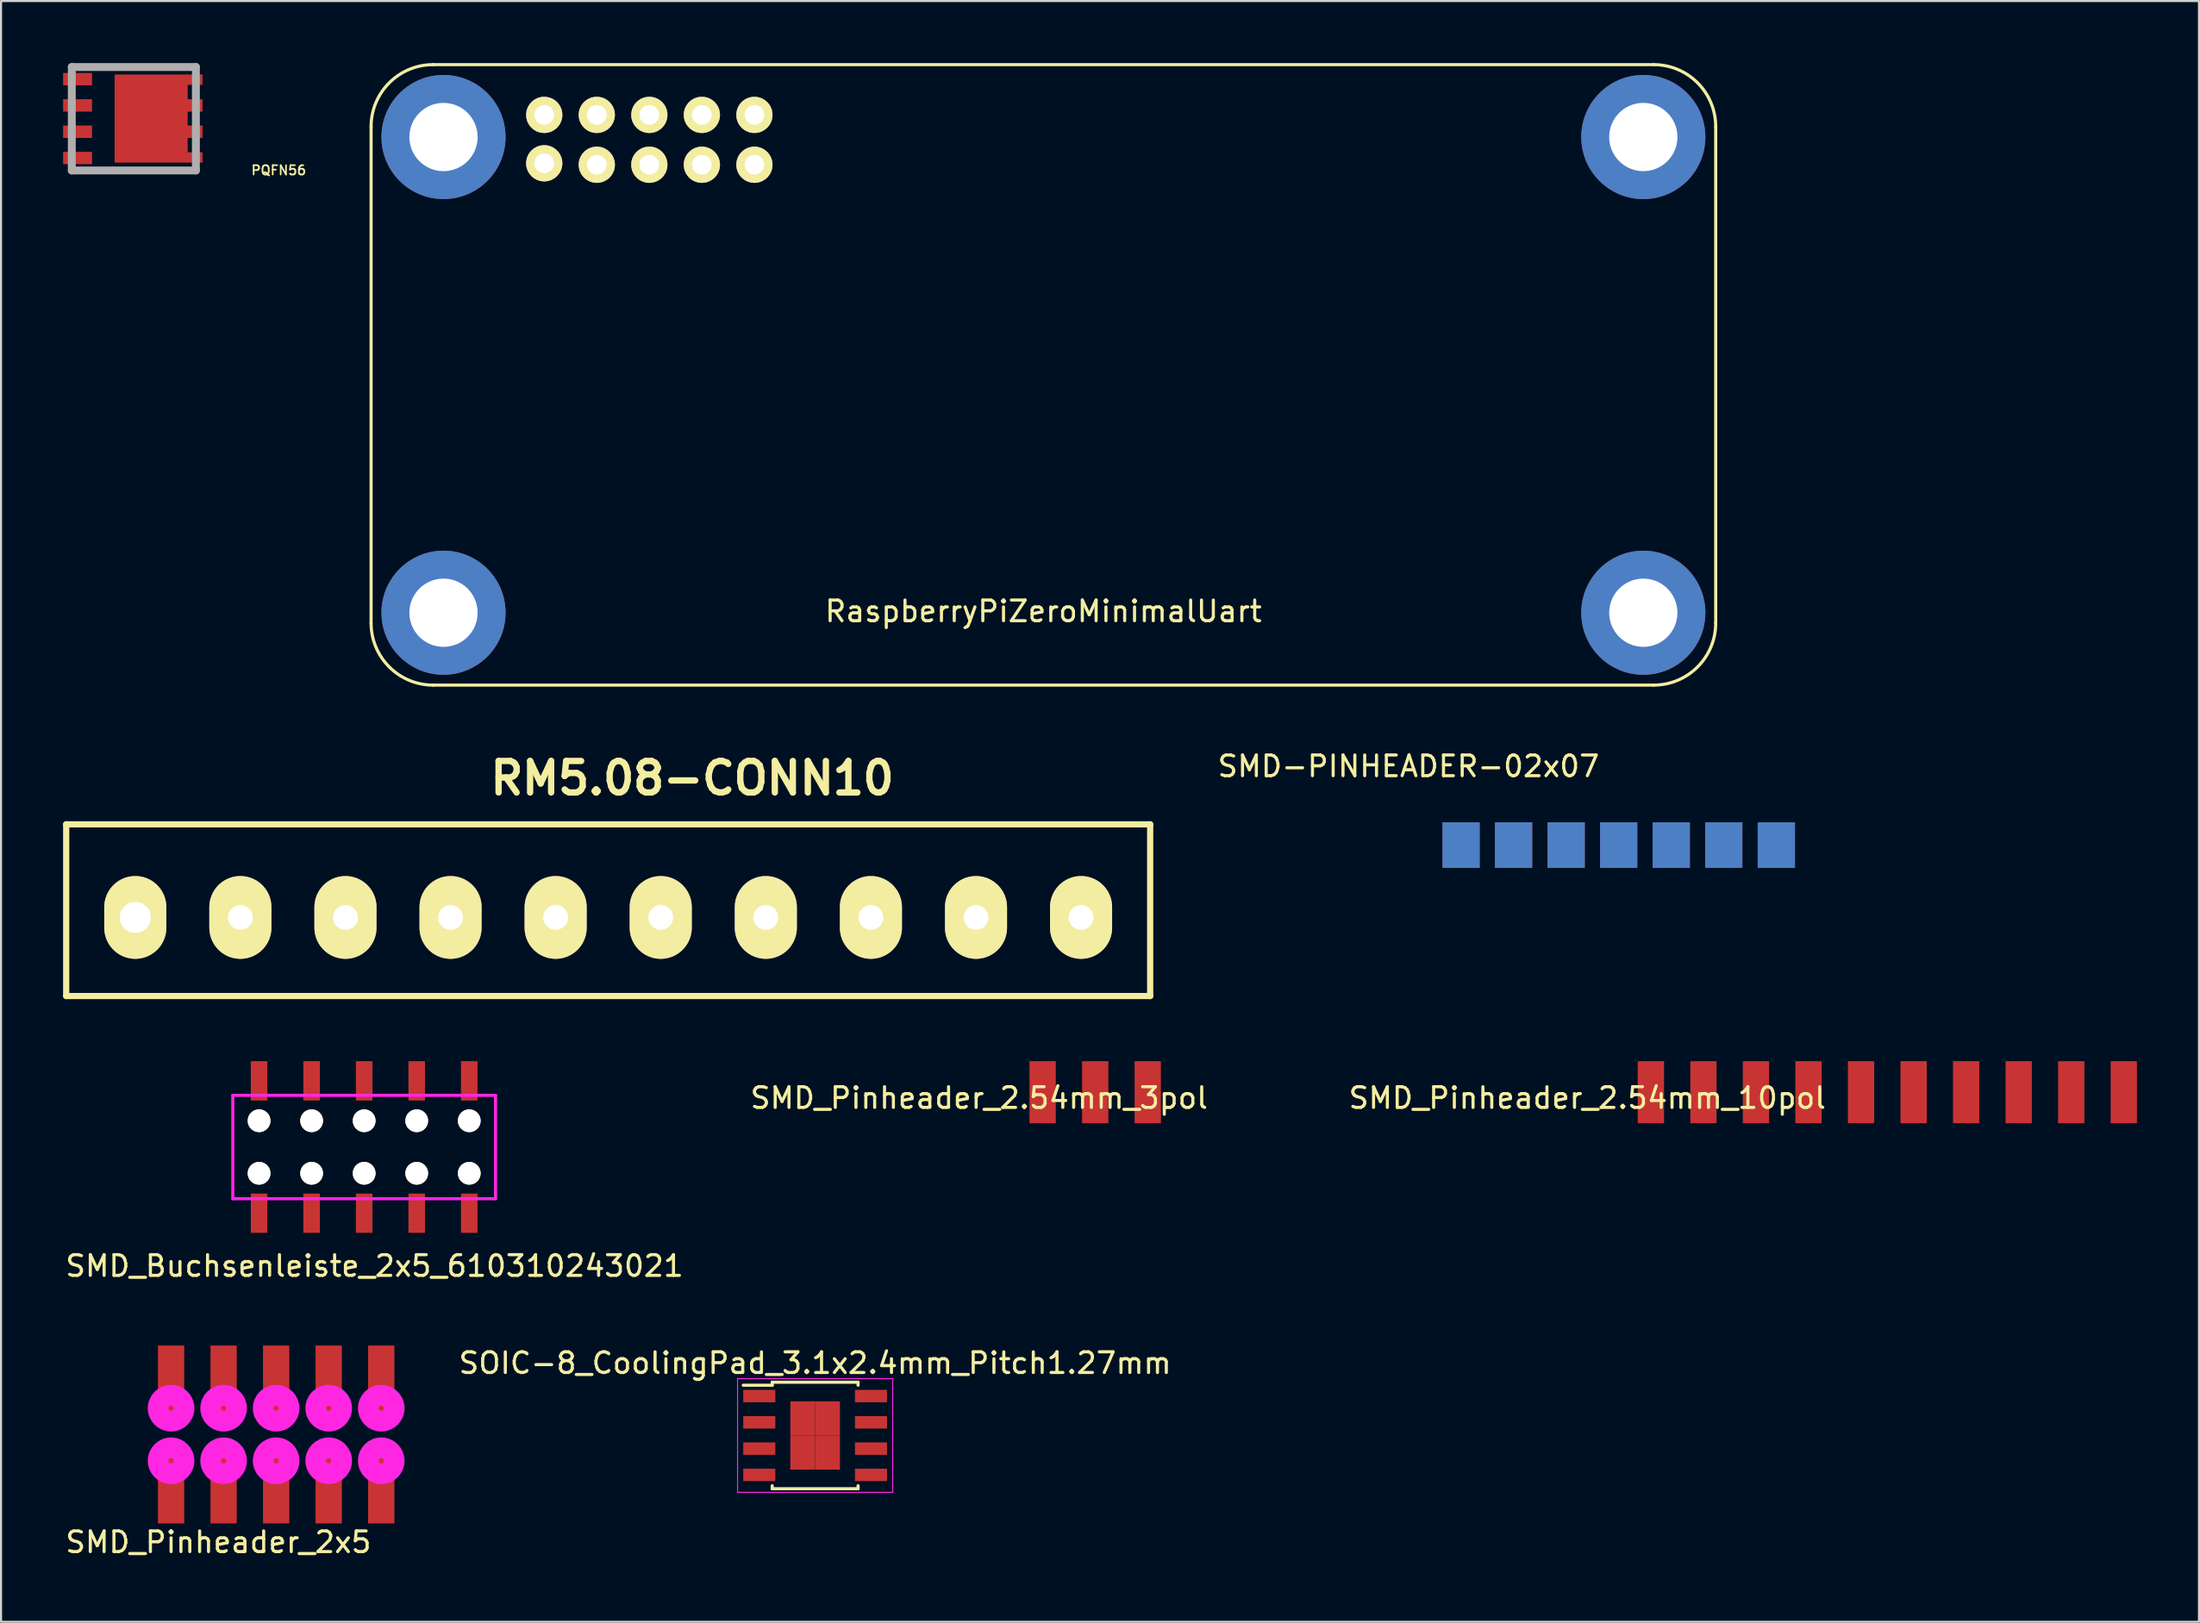
<source format=kicad_pcb>
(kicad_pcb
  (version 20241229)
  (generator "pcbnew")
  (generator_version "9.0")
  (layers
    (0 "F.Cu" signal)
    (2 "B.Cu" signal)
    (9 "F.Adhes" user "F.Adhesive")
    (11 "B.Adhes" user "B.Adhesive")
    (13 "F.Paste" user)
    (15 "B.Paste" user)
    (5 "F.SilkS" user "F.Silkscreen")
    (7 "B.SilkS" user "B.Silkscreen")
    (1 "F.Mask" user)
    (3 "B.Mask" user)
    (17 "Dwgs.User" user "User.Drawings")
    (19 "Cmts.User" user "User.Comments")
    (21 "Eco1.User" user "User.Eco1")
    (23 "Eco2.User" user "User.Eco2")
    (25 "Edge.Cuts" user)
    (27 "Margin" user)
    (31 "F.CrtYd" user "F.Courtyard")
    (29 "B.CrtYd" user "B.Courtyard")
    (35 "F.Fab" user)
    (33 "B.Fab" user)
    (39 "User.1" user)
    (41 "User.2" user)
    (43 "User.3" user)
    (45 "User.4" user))
  (footprint "SMD_Pinheader_2x5"
    (layer "F.Cu")
    (at 10.3 66.306)
    (property "Reference" "SMD_Pinheader_2x5" (at -2.794 5.207 0) (layer "F.SilkS") (effects (font (size 1 1) (thickness 0.15))))
    (attr through_hole)
    (fp_circle (center -5.08 -1.27) (end -4.953 -1.27) (stroke (width 1) (type solid)) (fill no) (layer "F.CrtYd"))
    (fp_circle (center -5.08 1.27) (end -4.953 1.27) (stroke (width 1) (type solid)) (fill no) (layer "F.CrtYd"))
    (fp_circle (center -2.54 -1.27) (end -2.413 -1.27) (stroke (width 1) (type solid)) (fill no) (layer "F.CrtYd"))
    (fp_circle (center -2.54 1.27) (end -2.54 1.397) (stroke (width 1) (type solid)) (fill no) (layer "F.CrtYd"))
    (fp_circle (center 0 -1.27) (end 0.127 -1.27) (stroke (width 1) (type solid)) (fill no) (layer "F.CrtYd"))
    (fp_circle (center 0 1.27) (end 0.127 1.27) (stroke (width 1) (type solid)) (fill no) (layer "F.CrtYd"))
    (fp_circle (center 2.54 -1.27) (end 2.667 -1.27) (stroke (width 1) (type solid)) (fill no) (layer "F.CrtYd"))
    (fp_circle (center 2.54 1.27) (end 2.413 1.27) (stroke (width 1) (type solid)) (fill no) (layer "F.CrtYd"))
    (fp_circle (center 5.08 -1.27) (end 5.207 -1.27) (stroke (width 1) (type solid)) (fill no) (layer "F.CrtYd"))
    (fp_circle (center 5.08 1.27) (end 4.953 1.27) (stroke (width 1) (type solid)) (fill no) (layer "F.CrtYd"))
    (pad "1" smd rect (at -5.08 2.625) (size 1.27 3.35) (layers "F.Cu" "F.Mask" "F.Paste"))
    (pad "2" smd rect (at -5.08 -2.625) (size 1.27 3.35) (layers "F.Cu" "F.Mask" "F.Paste"))
    (pad "3" smd rect (at -2.54 2.625) (size 1.27 3.35) (layers "F.Cu" "F.Mask" "F.Paste"))
    (pad "4" smd rect (at -2.54 -2.625) (size 1.27 3.35) (layers "F.Cu" "F.Mask" "F.Paste"))
    (pad "5" smd rect (at 0 2.625) (size 1.27 3.35) (layers "F.Cu" "F.Mask" "F.Paste"))
    (pad "6" smd rect (at 0 -2.625) (size 1.27 3.35) (layers "F.Cu" "F.Mask" "F.Paste"))
    (pad "7" smd rect (at 2.54 2.625) (size 1.27 3.35) (layers "F.Cu" "F.Mask" "F.Paste"))
    (pad "8" smd rect (at 2.54 -2.625) (size 1.27 3.35) (layers "F.Cu" "F.Mask" "F.Paste"))
    (pad "9" smd rect (at 5.08 2.625) (size 1.27 3.35) (layers "F.Cu" "F.Mask" "F.Paste"))
    (pad "10" smd rect (at 5.08 -2.625) (size 1.27 3.35) (layers "F.Cu" "F.Mask" "F.Paste")))
  (footprint "PQFN56"
    (layer "F.Cu")
    (at 3.4 2.682)
    (property "Reference" "PQFN56" (at 7.022 2.501 180) (layer "F.SilkS") (effects (font (size 0.45 0.45) (thickness 0.08))))
    (attr smd)
    (fp_line (start -2.979 -2.492) (end 3.02 -2.492) (stroke (width 0.381) (type solid)) (layer "F.Fab"))
    (fp_line (start -2.979 2.51) (end -2.979 -2.492) (stroke (width 0.381) (type solid)) (layer "F.Fab"))
    (fp_line (start 3.02 -2.492) (end 3.02 2.51) (stroke (width 0.381) (type solid)) (layer "F.Fab"))
    (fp_line (start 3.02 2.51) (end -2.979 2.51) (stroke (width 0.381) (type solid)) (layer "F.Fab"))
    (pad "1" smd rect (at -2.7 -1.905) (size 1.4 0.599) (layers "F.Cu" "F.Mask" "F.Paste"))
    (pad "2" smd rect (at -2.7 -0.635) (size 1.4 0.599) (layers "F.Cu" "F.Mask" "F.Paste"))
    (pad "3" smd rect (at -2.7 0.635) (size 1.4 0.599) (layers "F.Cu" "F.Mask" "F.Paste"))
    (pad "4" smd rect (at -2.7 1.905) (size 1.4 0.599) (layers "F.Cu" "F.Mask" "F.Paste"))
    (pad "5" smd rect (at 2.939 1.88) (size 0.8 0.5) (layers "F.Cu" "F.Mask" "F.Paste"))
    (pad "6" smd rect (at 2.939 0.635) (size 0.8 0.599) (layers "F.Cu" "F.Mask" "F.Paste"))
    (pad "7" smd rect (at 2.939 -0.635) (size 0.8 0.599) (layers "F.Cu" "F.Mask" "F.Paste"))
    (pad "8" smd rect (at 2.939 -1.88) (size 0.8 0.5) (layers "F.Cu" "F.Mask" "F.Paste"))
    (pad "9" smd rect (at 0.856 0) (size 3.531 4.26) (layers "F.Cu" "F.Mask" "F.Paste")))
  (footprint "RM5.08-CONN10"
    (layer "F.Cu")
    (at 26.35 41.307)
    (property "Reference" "RM5.08-CONN10" (at 4.064 -6.731 0) (layer "F.SilkS") (effects (font (size 1.524 1.524) (thickness 0.305))))
    (attr through_hole)
    (fp_line (start -26.2 -4.5) (end -26.2 3.8) (stroke (width 0.3) (type solid)) (layer "F.SilkS"))
    (fp_line (start -26.2 -4.5) (end 26.2 -4.5) (stroke (width 0.3) (type solid)) (layer "F.SilkS"))
    (fp_line (start -26.2 3.8) (end 26.2 3.8) (stroke (width 0.3) (type solid)) (layer "F.SilkS"))
    (fp_line (start 26.2 -4.5) (end 26.2 3.8) (stroke (width 0.3) (type solid)) (layer "F.SilkS"))
    (pad "1" thru_hole oval (at -22.86 0 90) (size 4 3) (drill 1.5) (layers "*.Cu" "*.Mask" "F.SilkS"))
    (pad "2" thru_hole oval (at -17.78 0 90) (size 4 3) (drill 1.199) (layers "*.Cu" "*.Mask" "F.SilkS"))
    (pad "3" thru_hole oval (at -12.7 0 90) (size 4 3) (drill 1.199) (layers "*.Cu" "*.Mask" "F.SilkS"))
    (pad "4" thru_hole oval (at -7.62 0 90) (size 4 3) (drill 1.199) (layers "*.Cu" "*.Mask" "F.SilkS"))
    (pad "5" thru_hole oval (at -2.54 0 90) (size 4 3) (drill 1.199) (layers "*.Cu" "*.Mask" "F.SilkS"))
    (pad "6" thru_hole oval (at 2.54 0 90) (size 4 3) (drill 1.199) (layers "*.Cu" "*.Mask" "F.SilkS"))
    (pad "7" thru_hole oval (at 7.62 0 90) (size 4 3) (drill 1.199) (layers "*.Cu" "*.Mask" "F.SilkS"))
    (pad "8" thru_hole oval (at 12.7 0 90) (size 4 3) (drill 1.199) (layers "*.Cu" "*.Mask" "F.SilkS"))
    (pad "9" thru_hole oval (at 17.78 0 90) (size 4 3) (drill 1.199) (layers "*.Cu" "*.Mask" "F.SilkS"))
    (pad "10" thru_hole oval (at 22.86 0 90) (size 4 3) (drill 1.199) (layers "*.Cu" "*.Mask" "F.SilkS")))
  (footprint "SMD-PINHEADER-02x07"
    (layer "F.Cu")
    (at 67.579 37.808)
    (property "Reference" "SMD-PINHEADER-02x07" (at -2.54 -3.81 0) (layer "F.SilkS") (effects (font (size 1 1) (thickness 0.15))))
    (attr through_hole)
    (pad "1" smd trapezoid (at 0 0) (size 1.8 2.2) (layers "F.Cu" "F.Mask" "F.Paste"))
    (pad "2" smd rect (at 0 0) (size 1.8 2.2) (layers "B.Cu" "B.Mask" "B.Paste"))
    (pad "3" smd rect (at 2.54 0) (size 1.8 2.2) (layers "F.Cu" "F.Mask" "F.Paste"))
    (pad "4" smd rect (at 2.54 0) (size 1.8 2.2) (layers "B.Cu" "B.Mask" "B.Paste"))
    (pad "5" smd rect (at 5.08 0) (size 1.8 2.2) (layers "F.Cu" "F.Mask" "F.Paste"))
    (pad "6" smd rect (at 5.08 0) (size 1.8 2.2) (layers "B.Cu" "B.Mask" "B.Paste"))
    (pad "7" smd rect (at 7.62 0) (size 1.8 2.2) (layers "F.Cu" "F.Mask" "F.Paste"))
    (pad "8" smd rect (at 7.62 0) (size 1.8 2.2) (layers "B.Cu" "B.Mask" "B.Paste"))
    (pad "9" smd rect (at 10.16 0) (size 1.8 2.2) (layers "F.Cu" "F.Mask" "F.Paste"))
    (pad "10" smd rect (at 10.16 0) (size 1.8 2.2) (layers "B.Cu" "B.Mask" "B.Paste"))
    (pad "11" smd rect (at 12.7 0) (size 1.8 2.2) (layers "F.Cu" "F.Mask" "F.Paste"))
    (pad "12" smd rect (at 12.7 0) (size 1.8 2.2) (layers "B.Cu" "B.Mask" "B.Paste"))
    (pad "13" smd rect (at 15.24 0) (size 1.8 2.2) (layers "F.Cu" "F.Mask" "F.Paste"))
    (pad "14" smd rect (at 15.24 0) (size 1.8 2.2) (layers "B.Cu" "B.Mask" "B.Paste")))
  (footprint "SMD_Buchsenleiste_2x5_610310243021"
    (layer "F.Cu")
    (at 14.554 52.407)
    (property "Reference" "SMD_Buchsenleiste_2x5_610310243021" (at 0.5 5.75 0) (layer "F.SilkS") (effects (font (size 1 1) (thickness 0.15))))
    (attr through_hole)
    (fp_line (start -6.35 -2.5) (end 6.35 -2.5) (stroke (width 0.15) (type solid)) (layer "F.CrtYd"))
    (fp_line (start -6.35 2.5) (end -6.35 -2.5) (stroke (width 0.15) (type solid)) (layer "F.CrtYd"))
    (fp_line (start 6.35 -2.5) (end 6.35 2.5) (stroke (width 0.15) (type solid)) (layer "F.CrtYd"))
    (fp_line (start 6.35 2.5) (end -6.35 2.5) (stroke (width 0.15) (type solid)) (layer "F.CrtYd"))
    (pad "" np_thru_hole circle (at -5.08 -1.27) (size 1.1 1.1) (drill 1.1) (layers "*.Cu" "*.Mask" "F.SilkS"))
    (pad "" np_thru_hole circle (at -5.08 1.27) (size 1.1 1.1) (drill 1.1) (layers "*.Cu" "*.Mask" "F.SilkS"))
    (pad "" np_thru_hole circle (at -2.54 -1.27) (size 1.1 1.1) (drill 1.1) (layers "*.Cu" "*.Mask" "F.SilkS"))
    (pad "" np_thru_hole circle (at -2.54 1.27) (size 1.1 1.1) (drill 1.1) (layers "*.Cu" "*.Mask" "F.SilkS"))
    (pad "" np_thru_hole circle (at 0 -1.27) (size 1.1 1.1) (drill 1.1) (layers "*.Cu" "*.Mask" "F.SilkS"))
    (pad "" np_thru_hole circle (at 0 1.27) (size 1.1 1.1) (drill 1.1) (layers "*.Cu" "*.Mask" "F.SilkS"))
    (pad "" np_thru_hole circle (at 2.54 -1.27) (size 1.1 1.1) (drill 1.1) (layers "*.Cu" "*.Mask" "F.SilkS"))
    (pad "" np_thru_hole circle (at 2.54 1.27) (size 1.1 1.1) (drill 1.1) (layers "*.Cu" "*.Mask" "F.SilkS"))
    (pad "" np_thru_hole circle (at 5.08 -1.27) (size 1.1 1.1) (drill 1.1) (layers "*.Cu" "*.Mask" "F.SilkS"))
    (pad "" np_thru_hole circle (at 5.08 1.27) (size 1.1 1.1) (drill 1.1) (layers "*.Cu" "*.Mask" "F.SilkS"))
    (pad "1" smd rect (at -5.08 3.2) (size 0.8 1.9) (layers "F.Cu" "F.Mask" "F.Paste"))
    (pad "2" smd rect (at -5.08 -3.2) (size 0.8 1.9) (layers "F.Cu" "F.Mask" "F.Paste"))
    (pad "3" smd rect (at -2.54 3.2) (size 0.8 1.9) (layers "F.Cu" "F.Mask" "F.Paste"))
    (pad "4" smd rect (at -2.54 -3.2) (size 0.8 1.9) (layers "F.Cu" "F.Mask" "F.Paste"))
    (pad "5" smd rect (at 0 3.2) (size 0.8 1.9) (layers "F.Cu" "F.Mask" "F.Paste"))
    (pad "6" smd rect (at 0 -3.2) (size 0.8 1.9) (layers "F.Cu" "F.Mask" "F.Paste"))
    (pad "7" smd rect (at 2.54 3.2) (size 0.8 1.9) (layers "F.Cu" "F.Mask" "F.Paste"))
    (pad "8" smd rect (at 2.54 -3.2) (size 0.8 1.9) (layers "F.Cu" "F.Mask" "F.Paste"))
    (pad "9" smd rect (at 5.08 3.2) (size 0.8 1.9) (layers "F.Cu" "F.Mask" "F.Paste"))
    (pad "10" smd rect (at 5.08 -3.2) (size 0.8 1.9) (layers "F.Cu" "F.Mask" "F.Paste")))
  (footprint "SOIC-8_CoolingPad_3.1x2.4mm_Pitch1.27mm"
    (layer "F.Cu")
    (at 36.354 66.354)
    (property "Reference" "SOIC-8_CoolingPad_3.1x2.4mm_Pitch1.27mm" (at 0 -3.5 0) (layer "F.SilkS") (effects (font (size 1 1) (thickness 0.15))))
    (attr smd)
    (fp_line (start -2.075 -2.575) (end -2.075 -2.43) (stroke (width 0.15) (type solid)) (layer "F.SilkS"))
    (fp_line (start -2.075 -2.575) (end 2.075 -2.575) (stroke (width 0.15) (type solid)) (layer "F.SilkS"))
    (fp_line (start -2.075 -2.43) (end -3.475 -2.43) (stroke (width 0.15) (type solid)) (layer "F.SilkS"))
    (fp_line (start -2.075 2.575) (end -2.075 2.43) (stroke (width 0.15) (type solid)) (layer "F.SilkS"))
    (fp_line (start -2.075 2.575) (end 2.075 2.575) (stroke (width 0.15) (type solid)) (layer "F.SilkS"))
    (fp_line (start 2.075 -2.575) (end 2.075 -2.43) (stroke (width 0.15) (type solid)) (layer "F.SilkS"))
    (fp_line (start 2.075 2.575) (end 2.075 2.43) (stroke (width 0.15) (type solid)) (layer "F.SilkS"))
    (fp_line (start -3.75 -2.75) (end -3.75 2.75) (stroke (width 0.05) (type solid)) (layer "F.CrtYd"))
    (fp_line (start -3.75 -2.75) (end 3.75 -2.75) (stroke (width 0.05) (type solid)) (layer "F.CrtYd"))
    (fp_line (start -3.75 2.75) (end 3.75 2.75) (stroke (width 0.05) (type solid)) (layer "F.CrtYd"))
    (fp_line (start 3.75 -2.75) (end 3.75 2.75) (stroke (width 0.05) (type solid)) (layer "F.CrtYd"))
    (pad "1" smd rect (at -2.7 -1.905) (size 1.55 0.6) (layers "F.Cu" "F.Mask" "F.Paste"))
    (pad "2" smd rect (at -2.7 -0.635) (size 1.55 0.6) (layers "F.Cu" "F.Mask" "F.Paste"))
    (pad "3" smd rect (at -2.7 0.635) (size 1.55 0.6) (layers "F.Cu" "F.Mask" "F.Paste"))
    (pad "4" smd rect (at -2.7 1.905) (size 1.55 0.6) (layers "F.Cu" "F.Mask" "F.Paste"))
    (pad "5" smd rect (at 2.7 1.905) (size 1.55 0.6) (layers "F.Cu" "F.Mask" "F.Paste"))
    (pad "6" smd rect (at 2.7 0.635) (size 1.55 0.6) (layers "F.Cu" "F.Mask" "F.Paste"))
    (pad "7" smd rect (at 2.7 -0.635) (size 1.55 0.6) (layers "F.Cu" "F.Mask" "F.Paste"))
    (pad "8" smd rect (at 2.7 -1.905) (size 1.55 0.6) (layers "F.Cu" "F.Mask" "F.Paste"))
    (pad "9" smd rect (at -0.6 -0.825) (size 1.2 1.65) (layers "F.Cu" "F.Mask" "F.Paste"))
    (pad "9" smd rect (at -0.6 0.825) (size 1.2 1.65) (layers "F.Cu" "F.Mask" "F.Paste"))
    (pad "9" smd rect (at 0.6 -0.825) (size 1.2 1.65) (layers "F.Cu" "F.Mask" "F.Paste"))
    (pad "9" smd rect (at 0.6 0.825) (size 1.2 1.65) (layers "F.Cu" "F.Mask" "F.Paste")))
  (footprint "SMD_Pinheader_2.54mm_3pol"
    (layer "F.Cu")
    (at 58.783 49.757)
    (property "Reference" "SMD_Pinheader_2.54mm_3pol" (at -14.503 0.279 0) (layer "F.SilkS") (effects (font (size 1 1) (thickness 0.15))))
    (attr through_hole)
    (pad "1" connect rect (at -11.43 0) (size 1.27 3) (layers "F.Cu" "F.Mask"))
    (pad "2" connect rect (at -8.89 0) (size 1.27 3) (layers "F.Cu" "F.Mask"))
    (pad "3" connect rect (at -6.35 0) (size 1.27 3) (layers "F.Cu" "F.Mask")))
  (footprint "RaspberryPiZeroMinimalUart"
    (layer "F.Cu")
    (at 47.389 15.075)
    (property "Reference" "RaspberryPiZeroMinimalUart" (at 0 11.43 0) (layer "F.SilkS") (effects (font (size 1 1) (thickness 0.15))))
    (attr through_hole)
    (fp_line (start -32.5 -12) (end -32.5 12) (stroke (width 0.15) (type solid)) (layer "F.SilkS"))
    (fp_line (start -29.5 15) (end 29.5 15) (stroke (width 0.15) (type solid)) (layer "F.SilkS"))
    (fp_line (start 29.5 -15) (end -29.5 -15) (stroke (width 0.15) (type solid)) (layer "F.SilkS"))
    (fp_line (start 32.5 12) (end 32.5 -12) (stroke (width 0.15) (type solid)) (layer "F.SilkS"))
    (fp_arc (start -32.5 -12) (mid -31.62132 -14.12132) (end -29.5 -15) (stroke (width 0.15) (type solid)) (layer "F.SilkS"))
    (fp_arc (start -29.5 15) (mid -31.62132 14.12132) (end -32.5 12) (stroke (width 0.15) (type solid)) (layer "F.SilkS"))
    (fp_arc (start 29.5 -15) (mid 31.62132 -14.12132) (end 32.5 -12) (stroke (width 0.15) (type solid)) (layer "F.SilkS"))
    (fp_arc (start 32.5 12) (mid 31.62132 14.12132) (end 29.5 15) (stroke (width 0.15) (type solid)) (layer "F.SilkS"))
    (pad "" np_thru_hole circle (at -29 -11.5) (size 6 6) (drill 3.3) (layers "*.Cu" "*.Mask"))
    (pad "" np_thru_hole circle (at -29 11.5) (size 6 6) (drill 3.3) (layers "*.Cu" "*.Mask"))
    (pad "" np_thru_hole circle (at 29 -11.5) (size 6 6) (drill 3.3) (layers "*.Cu" "*.Mask"))
    (pad "" np_thru_hole circle (at 29 11.5) (size 6 6) (drill 3.3) (layers "*.Cu" "*.Mask"))
    (pad "1" thru_hole circle (at -24.13 -10.23) (size 1.75 1.75) (drill 0.95) (layers "*.Cu" "*.Mask" "F.SilkS"))
    (pad "2" thru_hole circle (at -24.13 -12.57) (size 1.75 1.75) (drill 0.95) (layers "*.Cu" "*.Mask" "F.SilkS"))
    (pad "3" thru_hole circle (at -21.59 -10.16) (size 1.75 1.75) (drill 0.95) (layers "*.Cu" "*.Mask" "F.SilkS"))
    (pad "4" thru_hole circle (at -21.59 -12.57) (size 1.75 1.75) (drill 0.95) (layers "*.Cu" "*.Mask" "F.SilkS"))
    (pad "5" thru_hole circle (at -19.05 -10.16) (size 1.75 1.75) (drill 0.95) (layers "*.Cu" "*.Mask" "F.SilkS"))
    (pad "6" thru_hole circle (at -19.05 -12.57) (size 1.75 1.75) (drill 0.95) (layers "*.Cu" "*.Mask" "F.SilkS"))
    (pad "7" thru_hole circle (at -16.51 -10.16) (size 1.75 1.75) (drill 0.95) (layers "*.Cu" "*.Mask" "F.SilkS"))
    (pad "8" thru_hole circle (at -16.51 -12.57) (size 1.75 1.75) (drill 0.95) (layers "*.Cu" "*.Mask" "F.SilkS"))
    (pad "9" thru_hole circle (at -13.97 -10.16) (size 1.75 1.75) (drill 0.95) (layers "*.Cu" "*.Mask" "F.SilkS"))
    (pad "10" thru_hole circle (at -13.97 -12.57) (size 1.75 1.75) (drill 0.95) (layers "*.Cu" "*.Mask" "F.SilkS")))
  (footprint "SMD_Pinheader_2.54mm_10pol"
    (layer "F.Cu")
    (at 88.185 49.757)
    (property "Reference" "SMD_Pinheader_2.54mm_10pol" (at -14.503 0.279 0) (layer "F.SilkS") (effects (font (size 1 1) (thickness 0.15))))
    (attr through_hole)
    (pad "1" connect rect (at -11.43 0) (size 1.27 3) (layers "F.Cu" "F.Mask"))
    (pad "2" connect rect (at -8.89 0) (size 1.27 3) (layers "F.Cu" "F.Mask"))
    (pad "3" connect rect (at -6.35 0) (size 1.27 3) (layers "F.Cu" "F.Mask"))
    (pad "4" connect rect (at -3.81 0) (size 1.27 3) (layers "F.Cu" "F.Mask"))
    (pad "5" connect rect (at -1.27 0) (size 1.27 3) (layers "F.Cu" "F.Mask"))
    (pad "6" connect rect (at 1.27 0) (size 1.27 3) (layers "F.Cu" "F.Mask"))
    (pad "7" connect rect (at 3.81 0) (size 1.27 3) (layers "F.Cu" "F.Mask"))
    (pad "8" connect rect (at 6.35 0) (size 1.27 3) (layers "F.Cu" "F.Mask"))
    (pad "9" connect rect (at 8.89 0) (size 1.27 3) (layers "F.Cu" "F.Mask"))
    (pad "10" connect rect (at 11.43 0) (size 1.27 3) (layers "F.Cu" "F.Mask")))
  (gr_rect
    (start -3 -3)
    (end 103.25 75.361)
    (stroke (width 0.1) (type default))
    (fill no)
    (layer "Edge.Cuts")))
</source>
